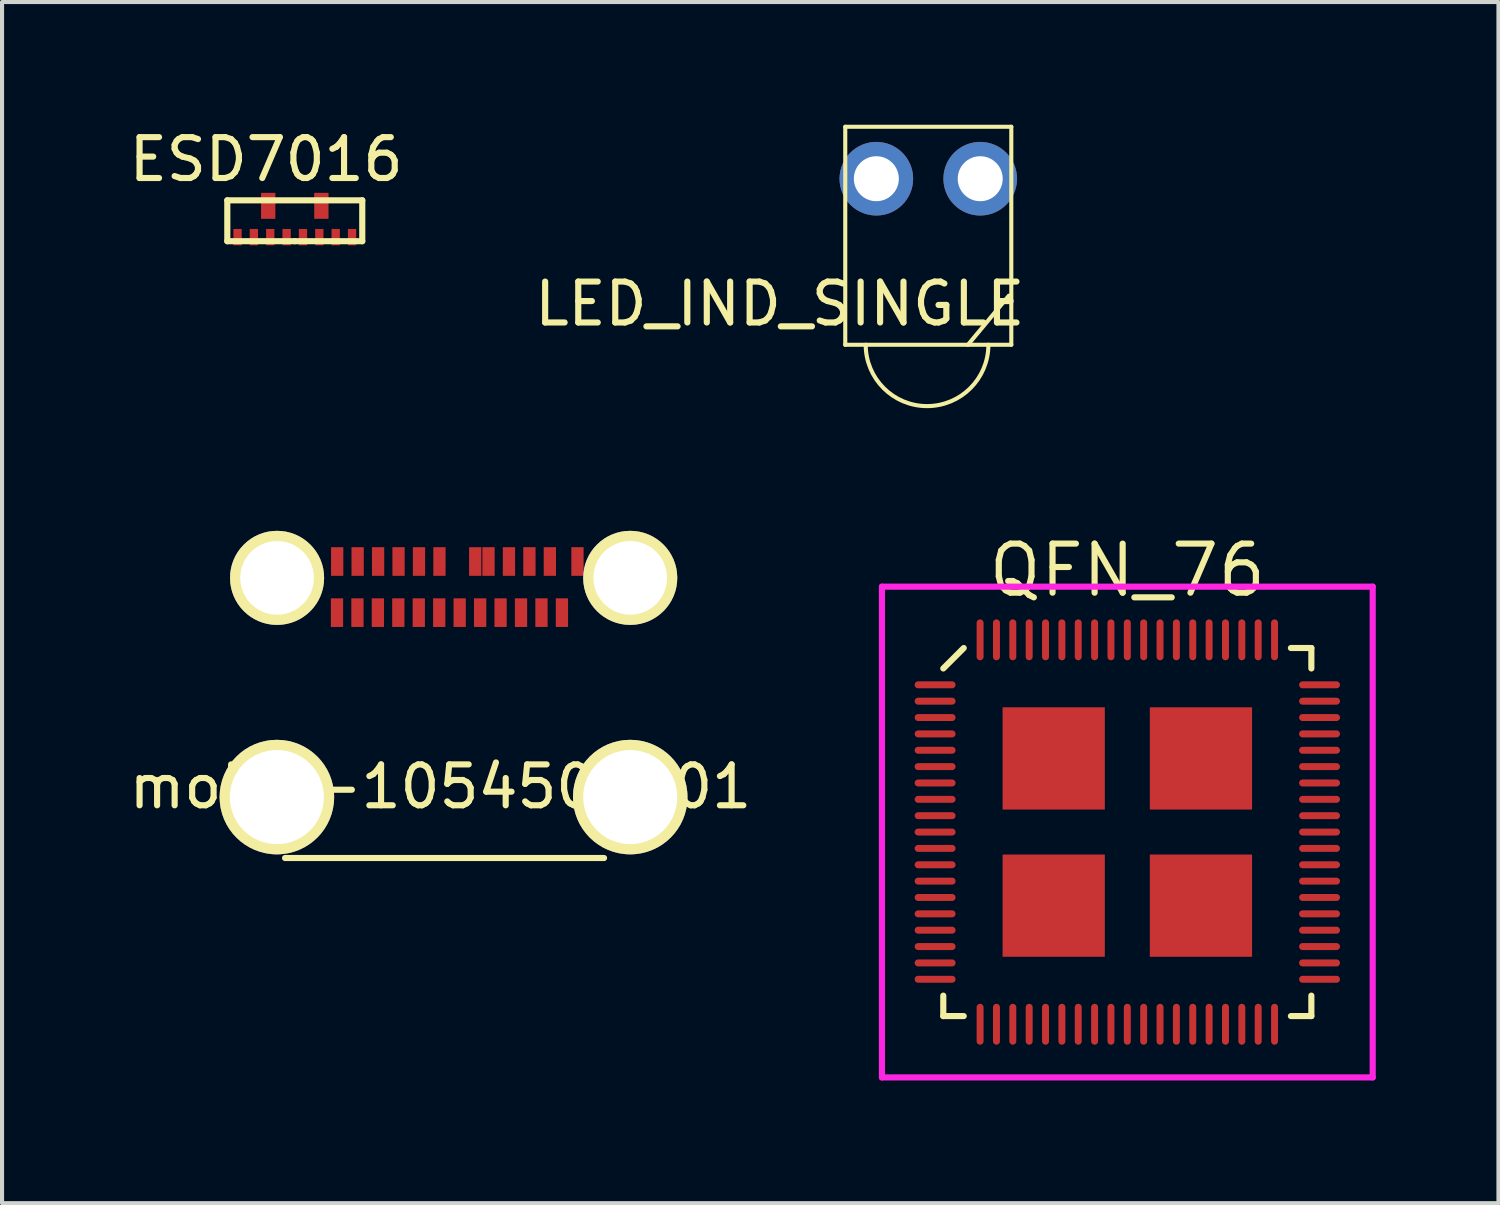
<source format=kicad_pcb>
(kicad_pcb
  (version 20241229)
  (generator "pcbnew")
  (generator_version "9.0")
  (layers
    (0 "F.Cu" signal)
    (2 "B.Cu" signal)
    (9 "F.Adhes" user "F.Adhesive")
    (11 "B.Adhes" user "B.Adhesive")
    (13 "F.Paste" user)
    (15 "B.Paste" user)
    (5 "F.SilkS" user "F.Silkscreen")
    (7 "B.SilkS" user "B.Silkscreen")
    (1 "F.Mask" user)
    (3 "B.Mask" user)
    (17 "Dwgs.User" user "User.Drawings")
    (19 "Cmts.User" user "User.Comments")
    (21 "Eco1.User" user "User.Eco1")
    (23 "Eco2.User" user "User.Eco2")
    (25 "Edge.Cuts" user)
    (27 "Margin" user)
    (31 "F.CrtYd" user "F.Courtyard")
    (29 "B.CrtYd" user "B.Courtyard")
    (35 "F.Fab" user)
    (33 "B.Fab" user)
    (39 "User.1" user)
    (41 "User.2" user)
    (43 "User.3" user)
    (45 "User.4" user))
  (footprint "ESD7016"
    (layer "F.Cu")
    (at 4.158 2.948)
    (property "Reference" "ESD7016" (at -0.7 -2.1 0) (layer "F.SilkS") (effects (font (size 1 1) (thickness 0.15))))
    (attr through_hole)
    (fp_line (start -1.65 -1.1) (end -1.65 -0.1) (stroke (width 0.15) (type solid)) (layer "F.SilkS"))
    (fp_line (start -1.65 -0.1) (end 0 -0.1) (stroke (width 0.15) (type solid)) (layer "F.SilkS"))
    (fp_line (start 0 -0.1) (end 1.65 -0.1) (stroke (width 0.15) (type solid)) (layer "F.SilkS"))
    (fp_line (start 1.65 -1.1) (end -1.65 -1.1) (stroke (width 0.15) (type solid)) (layer "F.SilkS"))
    (fp_line (start 1.65 -0.1) (end 1.65 -1.1) (stroke (width 0.15) (type solid)) (layer "F.SilkS"))
    (pad "" smd rect (at -0.65 -0.965) (size 0.35 0.635) (layers "F.Cu" "F.Mask" "F.Paste"))
    (pad "" smd rect (at 0.65 -0.965) (size 0.35 0.635) (layers "F.Cu" "F.Mask" "F.Paste"))
    (pad "GND" smd rect (at -0.6 -0.2) (size 0.203 0.4) (layers "F.Cu" "F.Mask" "F.Paste"))
    (pad "IO1" smd rect (at 1.4 -0.2) (size 0.203 0.4) (layers "F.Cu" "F.Mask" "F.Paste"))
    (pad "IO2" smd rect (at 1 -0.2) (size 0.203 0.4) (layers "F.Cu" "F.Mask" "F.Paste"))
    (pad "IO3" smd rect (at 0.2 -0.2) (size 0.203 0.4) (layers "F.Cu" "F.Mask" "F.Paste"))
    (pad "IO4" smd rect (at -0.2 -0.2) (size 0.203 0.4) (layers "F.Cu" "F.Mask" "F.Paste"))
    (pad "IO5" smd rect (at -1 -0.2) (size 0.203 0.4) (layers "F.Cu" "F.Mask" "F.Paste"))
    (pad "IO6" smd rect (at -1.4 -0.2) (size 0.203 0.4) (layers "F.Cu" "F.Mask" "F.Paste"))
    (pad "VBUS" smd rect (at 0.6 -0.2) (size 0.203 0.4) (layers "F.Cu" "F.Mask" "F.Paste")))
  (footprint "LED_IND_SINGLE"
    (layer "F.Cu")
    (at 17.618 5.38)
    (property "Reference" "LED_IND_SINGLE" (at -1.6 -1 0) (layer "F.SilkS") (effects (font (size 1 1) (thickness 0.15))))
    (attr through_hole)
    (fp_line (start 0 -5.33) (end 4.06 -5.33) (stroke (width 0.1) (type solid)) (layer "F.SilkS"))
    (fp_line (start 0 0) (end 0 -5.33) (stroke (width 0.1) (type solid)) (layer "F.SilkS"))
    (fp_line (start 3 0) (end 4 -1.2) (stroke (width 0.1) (type solid)) (layer "F.SilkS"))
    (fp_line (start 4.06 -5.33) (end 4.06 0) (stroke (width 0.1) (type solid)) (layer "F.SilkS"))
    (fp_line (start 4.06 0) (end 0 0) (stroke (width 0.1) (type solid)) (layer "F.SilkS"))
    (fp_arc (start 3.5 0) (mid 2 1.5) (end 0.5 0) (stroke (width 0.1) (type solid)) (layer "F.SilkS"))
    (pad "1" thru_hole circle (at 3.3 -4.06) (size 1.8 1.8) (drill 1.1) (layers "*.Cu" "*.Mask"))
    (pad "2" thru_hole circle (at 0.76 -4.06) (size 1.8 1.8) (drill 1.1) (layers "*.Cu" "*.Mask")))
  (footprint "molex-1054500101"
    (layer "F.Cu")
    (at 8.07 11.08)
    (property "Reference" "molex-1054500101" (at -0.35 5.106 0) (layer "F.SilkS") (effects (font (size 1 1) (thickness 0.15))))
    (attr through_hole)
    (fp_line (start -4.15 6.85) (end 3.65 6.85) (stroke (width 0.15) (type solid)) (layer "F.SilkS"))
    (pad "0" thru_hole circle (at -4.35 5.36) (size 2.8 2.8) (drill 2.3) (layers "*.Cu" "*.Mask" "F.SilkS"))
    (pad "0" thru_hole circle (at -4.345 0) (size 2.3 2.3) (drill 1.8) (layers "*.Cu" "*.Mask" "F.SilkS"))
    (pad "0" thru_hole circle (at 4.29 0) (size 2.3 2.3) (drill 1.8) (layers "*.Cu" "*.Mask" "F.SilkS"))
    (pad "0" thru_hole circle (at 4.29 5.36) (size 2.8 2.8) (drill 2.3) (layers "*.Cu" "*.Mask" "F.SilkS"))
    (pad "A1" smd rect (at -2.875 -0.4) (size 0.3 0.7) (layers "F.Cu" "F.Mask" "F.Paste"))
    (pad "A2" smd rect (at -2.375 -0.4) (size 0.3 0.7) (layers "F.Cu" "F.Mask" "F.Paste"))
    (pad "A3" smd rect (at -1.875 -0.4) (size 0.3 0.7) (layers "F.Cu" "F.Mask" "F.Paste"))
    (pad "A4" smd rect (at -1.375 -0.4) (size 0.3 0.7) (layers "F.Cu" "F.Mask" "F.Paste"))
    (pad "A5" smd rect (at -0.875 -0.4) (size 0.3 0.7) (layers "F.Cu" "F.Mask" "F.Paste"))
    (pad "A6" smd rect (at -0.375 -0.4) (size 0.3 0.7) (layers "F.Cu" "F.Mask" "F.Paste"))
    (pad "A7" smd rect (at 0.5 -0.4) (size 0.3 0.7) (layers "F.Cu" "F.Mask" "F.Paste"))
    (pad "A8" smd rect (at 0.825 -0.4) (size 0.3 0.7) (layers "F.Cu" "F.Mask" "F.Paste"))
    (pad "A9" smd rect (at 1.325 -0.4) (size 0.3 0.7) (layers "F.Cu" "F.Mask" "F.Paste"))
    (pad "A10" smd rect (at 1.825 -0.4) (size 0.3 0.7) (layers "F.Cu" "F.Mask" "F.Paste"))
    (pad "A11" smd rect (at 2.325 -0.4) (size 0.3 0.7) (layers "F.Cu" "F.Mask" "F.Paste"))
    (pad "A12" smd rect (at 3 -0.4) (size 0.3 0.7) (layers "F.Cu" "F.Mask" "F.Paste"))
    (pad "B1" smd rect (at 2.62 0.85) (size 0.3 0.7) (layers "F.Cu" "F.Mask" "F.Paste"))
    (pad "B2" smd rect (at 2.12 0.85) (size 0.3 0.7) (layers "F.Cu" "F.Mask" "F.Paste"))
    (pad "B3" smd rect (at 1.62 0.85) (size 0.3 0.7) (layers "F.Cu" "F.Mask" "F.Paste"))
    (pad "B4" smd rect (at 1.12 0.85) (size 0.3 0.7) (layers "F.Cu" "F.Mask" "F.Paste"))
    (pad "B5" smd rect (at 0.62 0.85) (size 0.3 0.7) (layers "F.Cu" "F.Mask" "F.Paste"))
    (pad "B6" smd rect (at 0.12 0.85) (size 0.3 0.7) (layers "F.Cu" "F.Mask" "F.Paste"))
    (pad "B7" smd rect (at -0.38 0.85) (size 0.3 0.7) (layers "F.Cu" "F.Mask" "F.Paste"))
    (pad "B8" smd rect (at -0.88 0.85) (size 0.3 0.7) (layers "F.Cu" "F.Mask" "F.Paste"))
    (pad "B9" smd rect (at -1.38 0.85) (size 0.3 0.7) (layers "F.Cu" "F.Mask" "F.Paste"))
    (pad "B10" smd rect (at -1.88 0.85) (size 0.3 0.7) (layers "F.Cu" "F.Mask" "F.Paste"))
    (pad "B11" smd rect (at -2.38 0.85) (size 0.3 0.7) (layers "F.Cu" "F.Mask" "F.Paste"))
    (pad "B12" smd rect (at -2.88 0.85) (size 0.3 0.7) (layers "F.Cu" "F.Mask" "F.Paste")))
  (footprint "QFN_76"
    (layer "F.Cu")
    (at 24.515 17.295)
    (property "Reference" "QFN_76" (at 0 -6.4 0) (layer "F.SilkS") (effects (font (size 1.2 1.2) (thickness 0.15))))
    (attr through_hole)
    (fp_line (start -4.5 -4) (end -4 -4.5) (stroke (width 0.15) (type solid)) (layer "F.SilkS"))
    (fp_line (start -4.5 4.5) (end -4.5 4) (stroke (width 0.15) (type solid)) (layer "F.SilkS"))
    (fp_line (start -4 4.5) (end -4.5 4.5) (stroke (width 0.15) (type solid)) (layer "F.SilkS"))
    (fp_line (start 4 -4.5) (end 4.5 -4.5) (stroke (width 0.15) (type solid)) (layer "F.SilkS"))
    (fp_line (start 4 4.5) (end 4.5 4.5) (stroke (width 0.15) (type solid)) (layer "F.SilkS"))
    (fp_line (start 4.5 -4.5) (end 4.5 -4) (stroke (width 0.15) (type solid)) (layer "F.SilkS"))
    (fp_line (start 4.5 4.5) (end 4.5 4) (stroke (width 0.15) (type solid)) (layer "F.SilkS"))
    (fp_line (start -6 -6) (end 6 -6) (stroke (width 0.15) (type solid)) (layer "F.CrtYd"))
    (fp_line (start -6 6) (end -6 -6) (stroke (width 0.15) (type solid)) (layer "F.CrtYd"))
    (fp_line (start 6 -6) (end 6 6) (stroke (width 0.15) (type solid)) (layer "F.CrtYd"))
    (fp_line (start 6 6) (end -6 6) (stroke (width 0.15) (type solid)) (layer "F.CrtYd"))
    (pad "1" smd oval (at -4.7 -3.6 90) (size 0.17 1) (layers "F.Cu" "F.Mask" "F.Paste"))
    (pad "2" smd oval (at -4.7 -3.2 90) (size 0.17 1) (layers "F.Cu" "F.Mask" "F.Paste"))
    (pad "3" smd oval (at -4.7 -2.8 90) (size 0.17 1) (layers "F.Cu" "F.Mask" "F.Paste"))
    (pad "4" smd oval (at -4.7 -2.4 90) (size 0.17 1) (layers "F.Cu" "F.Mask" "F.Paste"))
    (pad "5" smd oval (at -4.7 -2 90) (size 0.17 1) (layers "F.Cu" "F.Mask" "F.Paste"))
    (pad "6" smd oval (at -4.7 -1.6 90) (size 0.17 1) (layers "F.Cu" "F.Mask" "F.Paste"))
    (pad "7" smd oval (at -4.7 -1.2 90) (size 0.17 1) (layers "F.Cu" "F.Mask" "F.Paste"))
    (pad "8" smd oval (at -4.7 -0.8 90) (size 0.17 1) (layers "F.Cu" "F.Mask" "F.Paste"))
    (pad "9" smd oval (at -4.7 -0.4 90) (size 0.17 1) (layers "F.Cu" "F.Mask" "F.Paste"))
    (pad "10" smd oval (at -4.7 0 90) (size 0.17 1) (layers "F.Cu" "F.Mask" "F.Paste"))
    (pad "11" smd oval (at -4.7 0.4 90) (size 0.17 1) (layers "F.Cu" "F.Mask" "F.Paste"))
    (pad "12" smd oval (at -4.7 0.8 90) (size 0.17 1) (layers "F.Cu" "F.Mask" "F.Paste"))
    (pad "13" smd oval (at -4.7 1.2 90) (size 0.17 1) (layers "F.Cu" "F.Mask" "F.Paste"))
    (pad "14" smd oval (at -4.7 1.6 90) (size 0.17 1) (layers "F.Cu" "F.Mask" "F.Paste"))
    (pad "15" smd oval (at -4.7 2 90) (size 0.17 1) (layers "F.Cu" "F.Mask" "F.Paste"))
    (pad "16" smd oval (at -4.7 2.4 90) (size 0.17 1) (layers "F.Cu" "F.Mask" "F.Paste"))
    (pad "17" smd oval (at -4.7 2.8 90) (size 0.17 1) (layers "F.Cu" "F.Mask" "F.Paste"))
    (pad "18" smd oval (at -4.7 3.2 90) (size 0.17 1) (layers "F.Cu" "F.Mask" "F.Paste"))
    (pad "19" smd oval (at -4.7 3.6 90) (size 0.17 1) (layers "F.Cu" "F.Mask" "F.Paste"))
    (pad "20" smd oval (at -3.6 4.7) (size 0.17 1) (layers "F.Cu" "F.Mask" "F.Paste"))
    (pad "21" smd oval (at -3.2 4.7) (size 0.17 1) (layers "F.Cu" "F.Mask" "F.Paste"))
    (pad "22" smd oval (at -2.8 4.7) (size 0.17 1) (layers "F.Cu" "F.Mask" "F.Paste"))
    (pad "23" smd oval (at -2.4 4.7) (size 0.17 1) (layers "F.Cu" "F.Mask" "F.Paste"))
    (pad "24" smd oval (at -2 4.7) (size 0.17 1) (layers "F.Cu" "F.Mask" "F.Paste"))
    (pad "25" smd oval (at -1.6 4.7) (size 0.17 1) (layers "F.Cu" "F.Mask" "F.Paste"))
    (pad "26" smd oval (at -1.2 4.7) (size 0.17 1) (layers "F.Cu" "F.Mask" "F.Paste"))
    (pad "27" smd oval (at -0.8 4.7) (size 0.17 1) (layers "F.Cu" "F.Mask" "F.Paste"))
    (pad "28" smd oval (at -0.4 4.7) (size 0.17 1) (layers "F.Cu" "F.Mask" "F.Paste"))
    (pad "29" smd oval (at 0 4.7) (size 0.17 1) (layers "F.Cu" "F.Mask" "F.Paste"))
    (pad "30" smd oval (at 0.4 4.7) (size 0.17 1) (layers "F.Cu" "F.Mask" "F.Paste"))
    (pad "31" smd oval (at 0.8 4.7) (size 0.17 1) (layers "F.Cu" "F.Mask" "F.Paste"))
    (pad "32" smd oval (at 1.2 4.7) (size 0.17 1) (layers "F.Cu" "F.Mask" "F.Paste"))
    (pad "33" smd oval (at 1.6 4.7) (size 0.17 1) (layers "F.Cu" "F.Mask" "F.Paste"))
    (pad "34" smd oval (at 2 4.7) (size 0.17 1) (layers "F.Cu" "F.Mask" "F.Paste"))
    (pad "35" smd oval (at 2.4 4.7) (size 0.17 1) (layers "F.Cu" "F.Mask" "F.Paste"))
    (pad "36" smd oval (at 2.8 4.7) (size 0.17 1) (layers "F.Cu" "F.Mask" "F.Paste"))
    (pad "37" smd oval (at 3.2 4.7) (size 0.17 1) (layers "F.Cu" "F.Mask" "F.Paste"))
    (pad "38" smd oval (at 3.6 4.7) (size 0.17 1) (layers "F.Cu" "F.Mask" "F.Paste"))
    (pad "39" smd oval (at 4.7 3.6 90) (size 0.17 1) (layers "F.Cu" "F.Mask" "F.Paste"))
    (pad "40" smd oval (at 4.7 3.2 90) (size 0.17 1) (layers "F.Cu" "F.Mask" "F.Paste"))
    (pad "41" smd oval (at 4.7 2.8 90) (size 0.17 1) (layers "F.Cu" "F.Mask" "F.Paste"))
    (pad "42" smd oval (at 4.7 2.4 90) (size 0.17 1) (layers "F.Cu" "F.Mask" "F.Paste"))
    (pad "43" smd oval (at 4.7 2 90) (size 0.17 1) (layers "F.Cu" "F.Mask" "F.Paste"))
    (pad "44" smd oval (at 4.7 1.6 90) (size 0.17 1) (layers "F.Cu" "F.Mask" "F.Paste"))
    (pad "45" smd oval (at 4.7 1.2 90) (size 0.17 1) (layers "F.Cu" "F.Mask" "F.Paste"))
    (pad "46" smd oval (at 4.7 0.8 90) (size 0.17 1) (layers "F.Cu" "F.Mask" "F.Paste"))
    (pad "47" smd oval (at 4.7 0.4 90) (size 0.17 1) (layers "F.Cu" "F.Mask" "F.Paste"))
    (pad "48" smd oval (at 4.7 0 90) (size 0.17 1) (layers "F.Cu" "F.Mask" "F.Paste"))
    (pad "49" smd oval (at 4.7 -0.4 90) (size 0.17 1) (layers "F.Cu" "F.Mask" "F.Paste"))
    (pad "50" smd oval (at 4.7 -0.8 90) (size 0.17 1) (layers "F.Cu" "F.Mask" "F.Paste"))
    (pad "51" smd oval (at 4.7 -1.2 90) (size 0.17 1) (layers "F.Cu" "F.Mask" "F.Paste"))
    (pad "52" smd oval (at 4.7 -1.6 90) (size 0.17 1) (layers "F.Cu" "F.Mask" "F.Paste"))
    (pad "53" smd oval (at 4.7 -2 90) (size 0.17 1) (layers "F.Cu" "F.Mask" "F.Paste"))
    (pad "54" smd oval (at 4.7 -2.4 90) (size 0.17 1) (layers "F.Cu" "F.Mask" "F.Paste"))
    (pad "55" smd oval (at 4.7 -2.8 90) (size 0.17 1) (layers "F.Cu" "F.Mask" "F.Paste"))
    (pad "56" smd oval (at 4.7 -3.2 90) (size 0.17 1) (layers "F.Cu" "F.Mask" "F.Paste"))
    (pad "57" smd oval (at 4.7 -3.6 90) (size 0.17 1) (layers "F.Cu" "F.Mask" "F.Paste"))
    (pad "58" smd oval (at 3.6 -4.7) (size 0.17 1) (layers "F.Cu" "F.Mask" "F.Paste"))
    (pad "59" smd oval (at 3.2 -4.7) (size 0.17 1) (layers "F.Cu" "F.Mask" "F.Paste"))
    (pad "60" smd oval (at 2.8 -4.7) (size 0.17 1) (layers "F.Cu" "F.Mask" "F.Paste"))
    (pad "61" smd oval (at 2.4 -4.7) (size 0.17 1) (layers "F.Cu" "F.Mask" "F.Paste"))
    (pad "62" smd oval (at 2 -4.7) (size 0.17 1) (layers "F.Cu" "F.Mask" "F.Paste"))
    (pad "63" smd oval (at 1.6 -4.7) (size 0.17 1) (layers "F.Cu" "F.Mask" "F.Paste"))
    (pad "64" smd oval (at 1.2 -4.7) (size 0.17 1) (layers "F.Cu" "F.Mask" "F.Paste"))
    (pad "65" smd oval (at 0.8 -4.7) (size 0.17 1) (layers "F.Cu" "F.Mask" "F.Paste"))
    (pad "66" smd oval (at 0.4 -4.7) (size 0.17 1) (layers "F.Cu" "F.Mask" "F.Paste"))
    (pad "67" smd oval (at 0 -4.7) (size 0.17 1) (layers "F.Cu" "F.Mask" "F.Paste"))
    (pad "68" smd oval (at -0.4 -4.7) (size 0.17 1) (layers "F.Cu" "F.Mask" "F.Paste"))
    (pad "69" smd oval (at -0.8 -4.7) (size 0.17 1) (layers "F.Cu" "F.Mask" "F.Paste"))
    (pad "70" smd oval (at -1.2 -4.7) (size 0.17 1) (layers "F.Cu" "F.Mask" "F.Paste"))
    (pad "71" smd oval (at -1.6 -4.7) (size 0.17 1) (layers "F.Cu" "F.Mask" "F.Paste"))
    (pad "72" smd oval (at -2 -4.7) (size 0.17 1) (layers "F.Cu" "F.Mask" "F.Paste"))
    (pad "73" smd oval (at -2.4 -4.7) (size 0.17 1) (layers "F.Cu" "F.Mask" "F.Paste"))
    (pad "74" smd oval (at -2.8 -4.7) (size 0.17 1) (layers "F.Cu" "F.Mask" "F.Paste"))
    (pad "75" smd oval (at -3.2 -4.7) (size 0.17 1) (layers "F.Cu" "F.Mask" "F.Paste"))
    (pad "76" smd oval (at -3.6 -4.7) (size 0.17 1) (layers "F.Cu" "F.Mask" "F.Paste"))
    (pad "77" smd rect (at -1.8 -1.8) (size 2.5 2.5) (layers "F.Cu" "F.Mask" "F.Paste"))
    (pad "78" smd rect (at 1.8 -1.8) (size 2.5 2.5) (layers "F.Cu" "F.Mask" "F.Paste"))
    (pad "79" smd rect (at -1.8 1.8) (size 2.5 2.5) (layers "F.Cu" "F.Mask" "F.Paste"))
    (pad "80" smd rect (at 1.8 1.8) (size 2.5 2.5) (layers "F.Cu" "F.Mask" "F.Paste")))
  (gr_rect
    (start -3 -3)
    (end 33.59 26.37)
    (stroke (width 0.1) (type default))
    (fill no)
    (layer "Edge.Cuts")))
</source>
